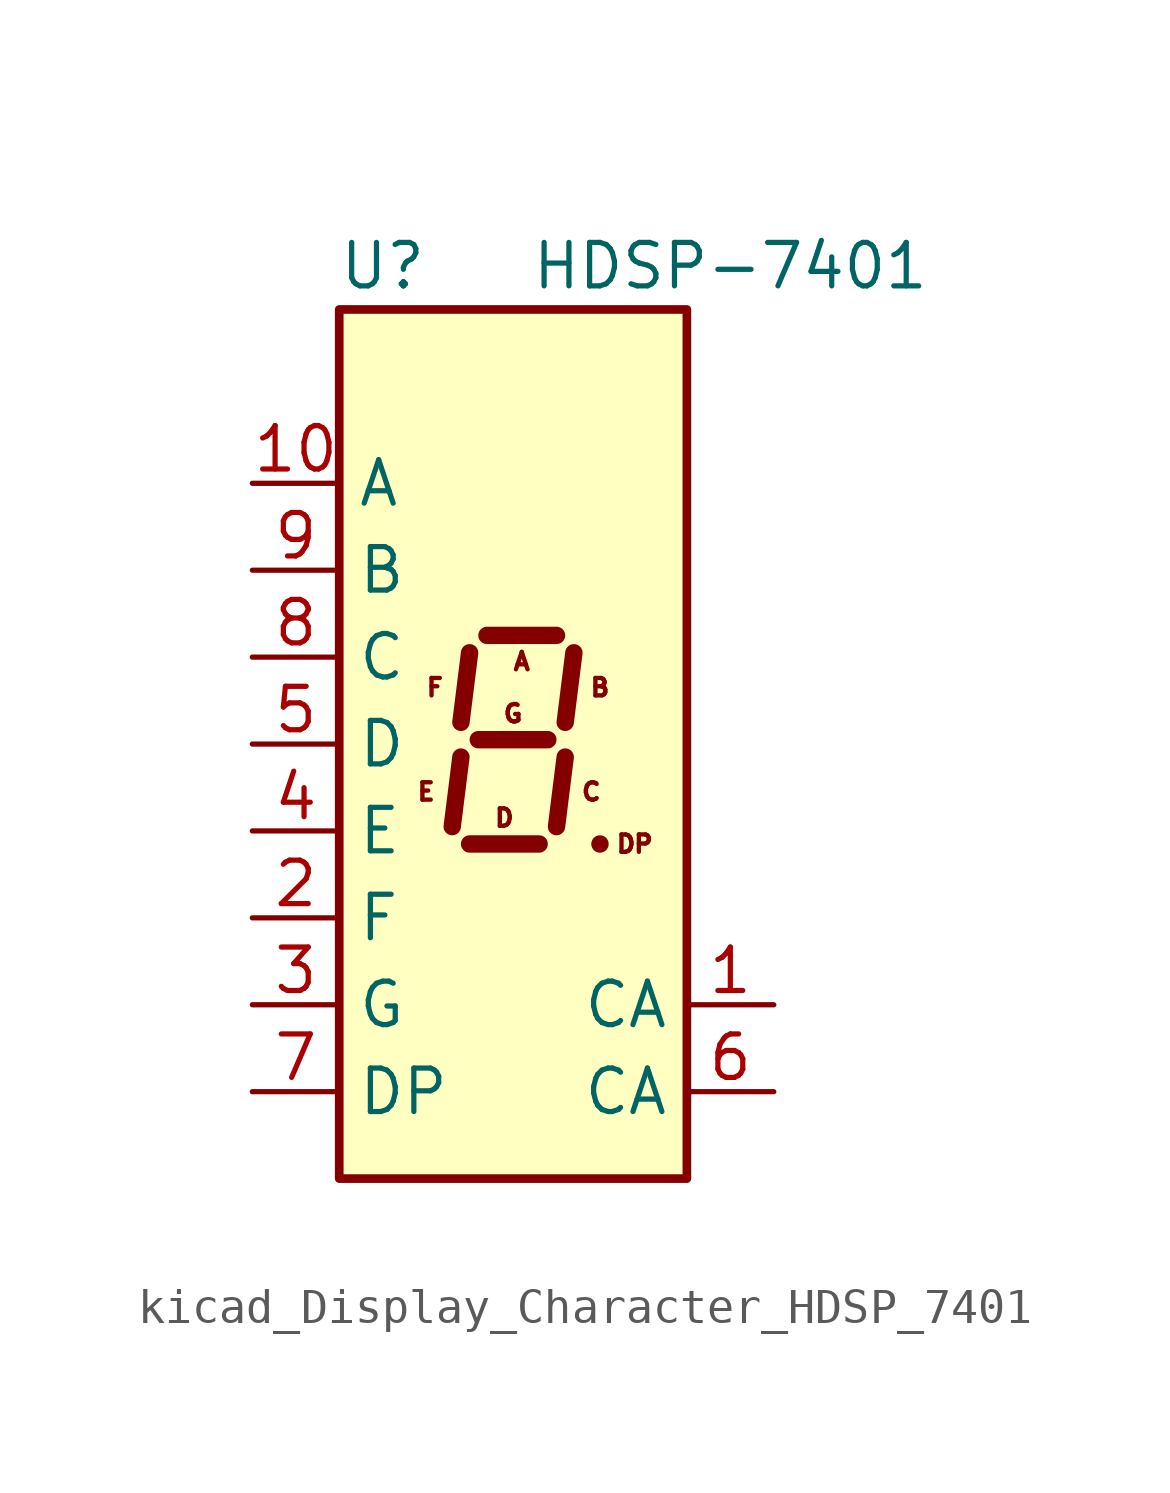
<source format=kicad_sym>
(kicad_symbol_lib
  (version 20220914)
  (generator kicad_symbol_editor)
  (symbol "kicad_Display_Character_HDSP_7401"
    (property "Reference" "U"
      (at -3.81 13.97 0)
      (effects (font (size 1.27 1.27))))
    (property "Value" "HDSP-7401"
      (at 6.35 13.97 0)
      (effects (font (size 1.27 1.27))))
    (symbol "kicad_Display_Character_HDSP_7401_1_0"
      (text "A" (at 0.254 2.413 0) (effects (font (size 0.508 0.508))))
      (text "B" (at 2.54 1.651 0) (effects (font (size 0.508 0.508))))
      (text "C" (at 2.286 -1.397 0) (effects (font (size 0.508 0.508))))
      (text "D" (at -0.254 -2.159 0) (effects (font (size 0.508 0.508))))
      (text "DP" (at 3.556 -2.921 0) (effects (font (size 0.508 0.508))))
      (text "E" (at -2.54 -1.397 0) (effects (font (size 0.508 0.508))))
      (text "F" (at -2.286 1.651 0) (effects (font (size 0.508 0.508))))
      (text "G" (at 0 0.889 0) (effects (font (size 0.508 0.508)))))
    (symbol "kicad_Display_Character_HDSP_7401_1_1"
      (rectangle (start -5.08 12.7) (end 5.08 -12.7) (stroke (width 0.254) (type default)) (fill (type background)))
      (polyline (pts (xy -1.524 -0.381) (xy -1.778 -2.413)) (stroke (width 0.508) (type default)) (fill (type none)))
      (polyline (pts (xy -1.27 -2.921) (xy 0.762 -2.921)) (stroke (width 0.508) (type default)) (fill (type none)))
      (polyline (pts (xy -1.27 2.667) (xy -1.524 0.635)) (stroke (width 0.508) (type default)) (fill (type none)))
      (polyline (pts (xy -1.016 0.127) (xy 1.016 0.127)) (stroke (width 0.508) (type default)) (fill (type none)))
      (polyline (pts (xy -0.762 3.175) (xy 1.27 3.175)) (stroke (width 0.508) (type default)) (fill (type none)))
      (polyline (pts (xy 1.524 -0.381) (xy 1.27 -2.413)) (stroke (width 0.508) (type default)) (fill (type none)))
      (polyline (pts (xy 1.778 2.667) (xy 1.524 0.635)) (stroke (width 0.508) (type default)) (fill (type none)))
      (polyline (pts (xy 2.54 -2.921) (xy 2.54 -2.921)) (stroke (width 0.508) (type default)) (fill (type none)))
      (pin input line (at 7.62 -7.62 180) (length 2.54) (name "CA" (effects (font (size 1.27 1.27)))) (number "1" (effects (font (size 1.27 1.27)))))
      (pin input line (at -7.62 7.62 0) (length 2.54) (name "A" (effects (font (size 1.27 1.27)))) (number "10" (effects (font (size 1.27 1.27)))))
      (pin input line (at -7.62 -5.08 0) (length 2.54) (name "F" (effects (font (size 1.27 1.27)))) (number "2" (effects (font (size 1.27 1.27)))))
      (pin input line (at -7.62 -7.62 0) (length 2.54) (name "G" (effects (font (size 1.27 1.27)))) (number "3" (effects (font (size 1.27 1.27)))))
      (pin input line (at -7.62 -2.54 0) (length 2.54) (name "E" (effects (font (size 1.27 1.27)))) (number "4" (effects (font (size 1.27 1.27)))))
      (pin input line (at -7.62 0 0) (length 2.54) (name "D" (effects (font (size 1.27 1.27)))) (number "5" (effects (font (size 1.27 1.27)))))
      (pin input line (at 7.62 -10.16 180) (length 2.54) (name "CA" (effects (font (size 1.27 1.27)))) (number "6" (effects (font (size 1.27 1.27)))))
      (pin input line (at -7.62 -10.16 0) (length 2.54) (name "DP" (effects (font (size 1.27 1.27)))) (number "7" (effects (font (size 1.27 1.27)))))
      (pin input line (at -7.62 2.54 0) (length 2.54) (name "C" (effects (font (size 1.27 1.27)))) (number "8" (effects (font (size 1.27 1.27)))))
      (pin input line (at -7.62 5.08 0) (length 2.54) (name "B" (effects (font (size 1.27 1.27)))) (number "9" (effects (font (size 1.27 1.27))))))))
</source>
